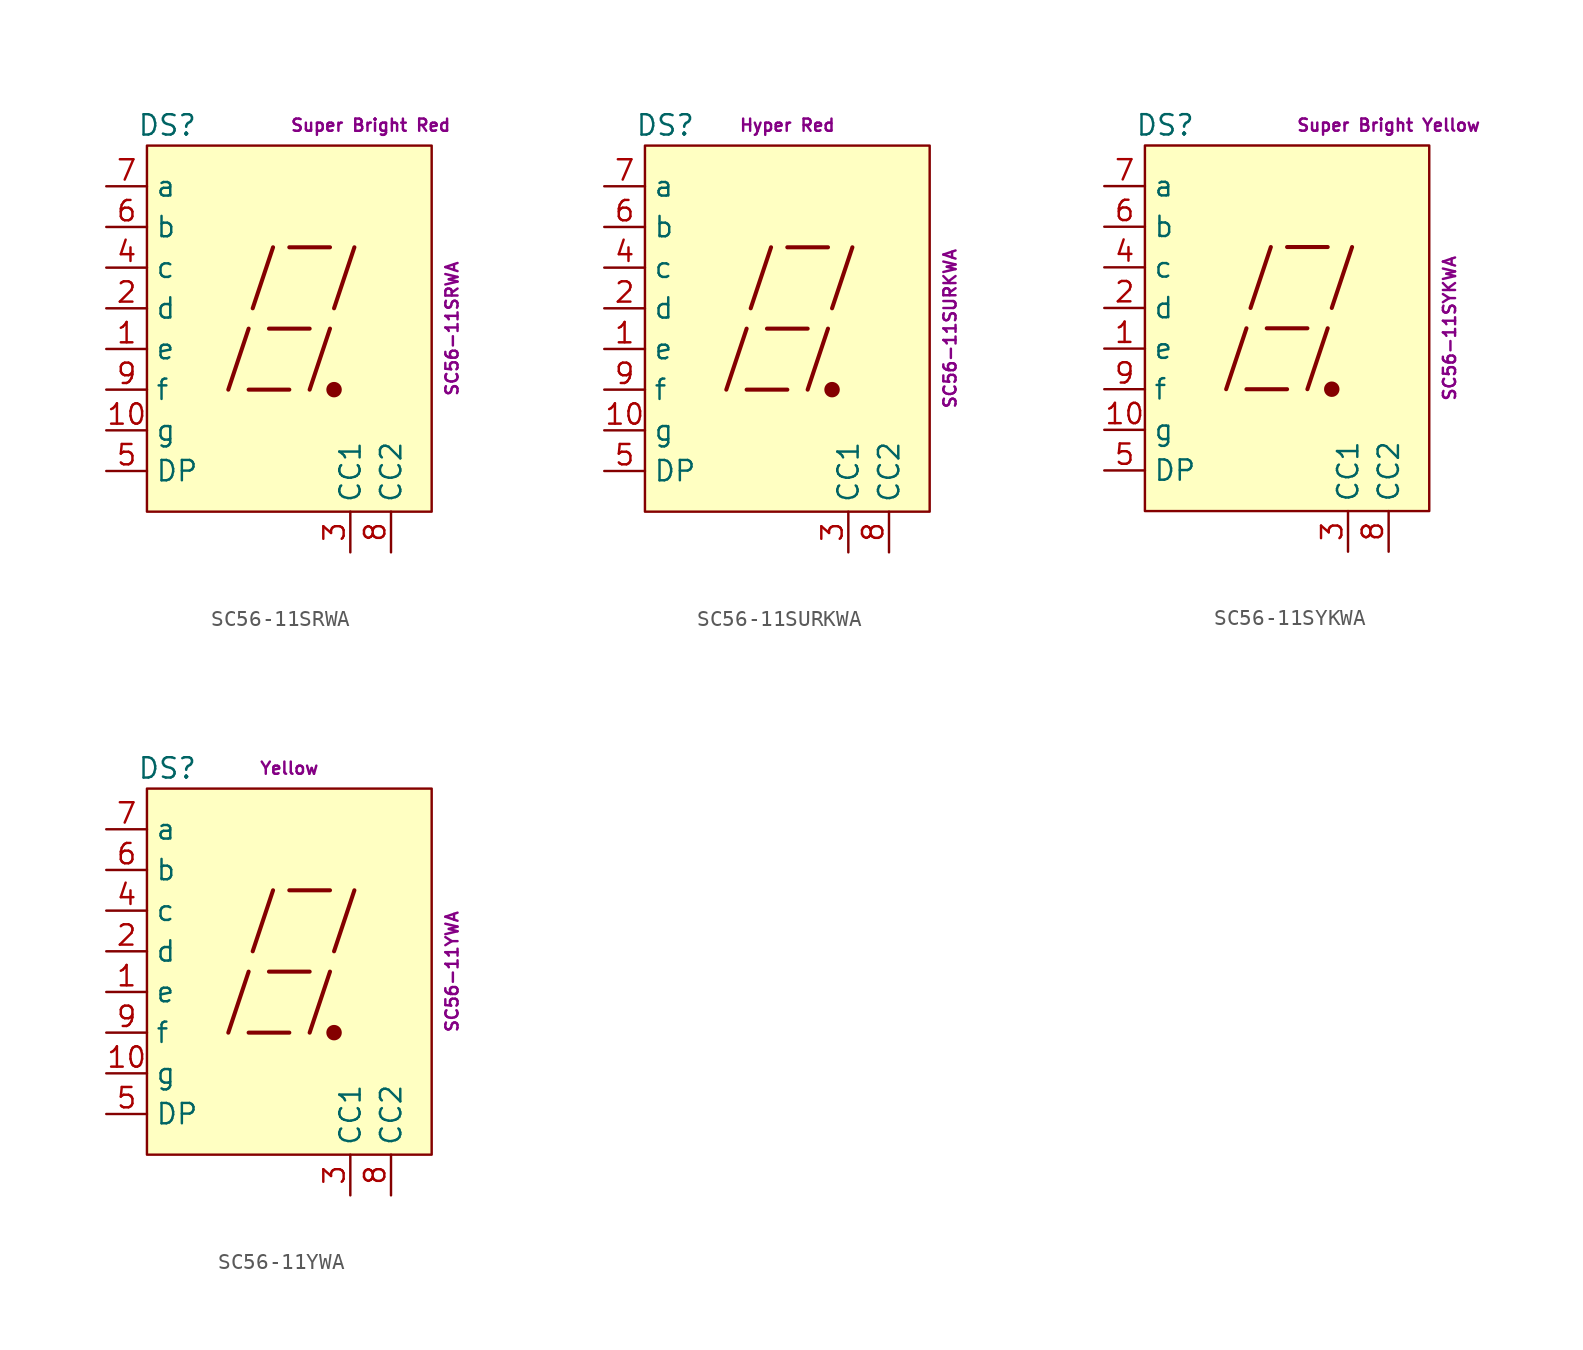
<source format=kicad_sym>
(kicad_symbol_lib
  (version 20211014)
  (generator kicad_symbol_editor)
  (symbol "SC56-11SRWA"
    (property "Reference" "DS"
      (at -7.62 12.7 0)
      (effects (font (size 1.27 1.27))))
    (property "Color" "Super Bright Red"
      (at 5.08 12.7 0)
      (effects (font (size 0.762 0.762))))
    (property "Name" "SC56-11SRWA"
      (at 10.16 0 90)
      (effects (font (size 0.762 0.762))))
    (symbol "SC56-11SRWA_0_0"
      (rectangle (start -8.89 11.43) (end 8.89 -11.43) (stroke (width 0) (type default) (color 0 0 0 0)) (fill (type background)))
      (polyline (pts (xy -3.81 -3.81) (xy -2.54 0)) (stroke (width 0.254) (type default) (color 0 0 0 0)) (fill (type none)))
      (polyline (pts (xy -2.54 -3.81) (xy 0 -3.81)) (stroke (width 0.254) (type default) (color 0 0 0 0)) (fill (type none)))
      (polyline (pts (xy -2.286 1.27) (xy -1.016 5.08)) (stroke (width 0.254) (type default) (color 0 0 0 0)) (fill (type none)))
      (polyline (pts (xy -1.27 0) (xy 1.27 0)) (stroke (width 0.254) (type default) (color 0 0 0 0)) (fill (type none)))
      (polyline (pts (xy 0 5.08) (xy 2.54 5.08)) (stroke (width 0.254) (type default) (color 0 0 0 0)) (fill (type none)))
      (polyline (pts (xy 1.27 -3.81) (xy 2.54 0)) (stroke (width 0.254) (type default) (color 0 0 0 0)) (fill (type none)))
      (polyline (pts (xy 2.794 1.27) (xy 4.064 5.08)) (stroke (width 0.254) (type default) (color 0 0 0 0)) (fill (type none))))
    (symbol "SC56-11SRWA_0_1"
      (circle (center 2.794 -3.81) (radius 0.356) (stroke (width 0.254) (type default) (color 0 0 0 0)) (fill (type outline))))
    (symbol "SC56-11SRWA_1_1"
      (pin passive line (at -11.43 -1.27 0) (length 2.54) (name "e" (effects (font (size 1.27 1.27)))) (number "1" (effects (font (size 1.27 1.27)))))
      (pin passive line (at -11.43 -6.35 0) (length 2.54) (name "g" (effects (font (size 1.27 1.27)))) (number "10" (effects (font (size 1.27 1.27)))))
      (pin passive line (at -11.43 1.27 0) (length 2.54) (name "d" (effects (font (size 1.27 1.27)))) (number "2" (effects (font (size 1.27 1.27)))))
      (pin passive line (at 3.81 -13.97 90) (length 2.54) (name "CC1" (effects (font (size 1.27 1.27)))) (number "3" (effects (font (size 1.27 1.27)))))
      (pin passive line (at -11.43 3.81 0) (length 2.54) (name "c" (effects (font (size 1.27 1.27)))) (number "4" (effects (font (size 1.27 1.27)))))
      (pin passive line (at -11.43 -8.89 0) (length 2.54) (name "DP" (effects (font (size 1.27 1.27)))) (number "5" (effects (font (size 1.27 1.27)))))
      (pin passive line (at -11.43 6.35 0) (length 2.54) (name "b" (effects (font (size 1.27 1.27)))) (number "6" (effects (font (size 1.27 1.27)))))
      (pin passive line (at -11.43 8.89 0) (length 2.54) (name "a" (effects (font (size 1.27 1.27)))) (number "7" (effects (font (size 1.27 1.27)))))
      (pin passive line (at 6.35 -13.97 90) (length 2.54) (name "CC2" (effects (font (size 1.27 1.27)))) (number "8" (effects (font (size 1.27 1.27)))))
      (pin passive line (at -11.43 -3.81 0) (length 2.54) (name "f" (effects (font (size 1.27 1.27)))) (number "9" (effects (font (size 1.27 1.27)))))))
  (symbol "SC56-11SURKWA"
    (property "Reference" "DS"
      (at -7.62 12.7 0)
      (effects (font (size 1.27 1.27))))
    (property "Color" "Hyper Red"
      (at 0 12.7 0)
      (effects (font (size 0.762 0.762))))
    (property "Name" "SC56-11SURKWA"
      (at 10.16 0 90)
      (effects (font (size 0.762 0.762))))
    (symbol "SC56-11SURKWA_0_0"
      (rectangle (start -8.89 11.43) (end 8.89 -11.43) (stroke (width 0) (type default) (color 0 0 0 0)) (fill (type background)))
      (polyline (pts (xy -3.81 -3.81) (xy -2.54 0)) (stroke (width 0.254) (type default) (color 0 0 0 0)) (fill (type none)))
      (polyline (pts (xy -2.54 -3.81) (xy 0 -3.81)) (stroke (width 0.254) (type default) (color 0 0 0 0)) (fill (type none)))
      (polyline (pts (xy -2.286 1.27) (xy -1.016 5.08)) (stroke (width 0.254) (type default) (color 0 0 0 0)) (fill (type none)))
      (polyline (pts (xy -1.27 0) (xy 1.27 0)) (stroke (width 0.254) (type default) (color 0 0 0 0)) (fill (type none)))
      (polyline (pts (xy 0 5.08) (xy 2.54 5.08)) (stroke (width 0.254) (type default) (color 0 0 0 0)) (fill (type none)))
      (polyline (pts (xy 1.27 -3.81) (xy 2.54 0)) (stroke (width 0.254) (type default) (color 0 0 0 0)) (fill (type none)))
      (polyline (pts (xy 2.794 1.27) (xy 4.064 5.08)) (stroke (width 0.254) (type default) (color 0 0 0 0)) (fill (type none))))
    (symbol "SC56-11SURKWA_0_1"
      (circle (center 2.794 -3.81) (radius 0.356) (stroke (width 0.254) (type default) (color 0 0 0 0)) (fill (type outline))))
    (symbol "SC56-11SURKWA_1_1"
      (pin passive line (at -11.43 -1.27 0) (length 2.54) (name "e" (effects (font (size 1.27 1.27)))) (number "1" (effects (font (size 1.27 1.27)))))
      (pin passive line (at -11.43 -6.35 0) (length 2.54) (name "g" (effects (font (size 1.27 1.27)))) (number "10" (effects (font (size 1.27 1.27)))))
      (pin passive line (at -11.43 1.27 0) (length 2.54) (name "d" (effects (font (size 1.27 1.27)))) (number "2" (effects (font (size 1.27 1.27)))))
      (pin passive line (at 3.81 -13.97 90) (length 2.54) (name "CC1" (effects (font (size 1.27 1.27)))) (number "3" (effects (font (size 1.27 1.27)))))
      (pin passive line (at -11.43 3.81 0) (length 2.54) (name "c" (effects (font (size 1.27 1.27)))) (number "4" (effects (font (size 1.27 1.27)))))
      (pin passive line (at -11.43 -8.89 0) (length 2.54) (name "DP" (effects (font (size 1.27 1.27)))) (number "5" (effects (font (size 1.27 1.27)))))
      (pin passive line (at -11.43 6.35 0) (length 2.54) (name "b" (effects (font (size 1.27 1.27)))) (number "6" (effects (font (size 1.27 1.27)))))
      (pin passive line (at -11.43 8.89 0) (length 2.54) (name "a" (effects (font (size 1.27 1.27)))) (number "7" (effects (font (size 1.27 1.27)))))
      (pin passive line (at 6.35 -13.97 90) (length 2.54) (name "CC2" (effects (font (size 1.27 1.27)))) (number "8" (effects (font (size 1.27 1.27)))))
      (pin passive line (at -11.43 -3.81 0) (length 2.54) (name "f" (effects (font (size 1.27 1.27)))) (number "9" (effects (font (size 1.27 1.27)))))))
  (symbol "SC56-11SYKWA"
    (property "Reference" "DS"
      (at -7.62 12.7 0)
      (effects (font (size 1.27 1.27))))
    (property "Color" "Super Bright Yellow"
      (at 6.35 12.7 0)
      (effects (font (size 0.762 0.762))))
    (property "Name" "SC56-11SYKWA"
      (at 10.16 0 90)
      (effects (font (size 0.762 0.762))))
    (symbol "SC56-11SYKWA_0_0"
      (rectangle (start -8.89 11.43) (end 8.89 -11.43) (stroke (width 0) (type default) (color 0 0 0 0)) (fill (type background)))
      (polyline (pts (xy -3.81 -3.81) (xy -2.54 0)) (stroke (width 0.254) (type default) (color 0 0 0 0)) (fill (type none)))
      (polyline (pts (xy -2.54 -3.81) (xy 0 -3.81)) (stroke (width 0.254) (type default) (color 0 0 0 0)) (fill (type none)))
      (polyline (pts (xy -2.286 1.27) (xy -1.016 5.08)) (stroke (width 0.254) (type default) (color 0 0 0 0)) (fill (type none)))
      (polyline (pts (xy -1.27 0) (xy 1.27 0)) (stroke (width 0.254) (type default) (color 0 0 0 0)) (fill (type none)))
      (polyline (pts (xy 0 5.08) (xy 2.54 5.08)) (stroke (width 0.254) (type default) (color 0 0 0 0)) (fill (type none)))
      (polyline (pts (xy 1.27 -3.81) (xy 2.54 0)) (stroke (width 0.254) (type default) (color 0 0 0 0)) (fill (type none)))
      (polyline (pts (xy 2.794 1.27) (xy 4.064 5.08)) (stroke (width 0.254) (type default) (color 0 0 0 0)) (fill (type none))))
    (symbol "SC56-11SYKWA_0_1"
      (circle (center 2.794 -3.81) (radius 0.356) (stroke (width 0.254) (type default) (color 0 0 0 0)) (fill (type outline))))
    (symbol "SC56-11SYKWA_1_1"
      (pin passive line (at -11.43 -1.27 0) (length 2.54) (name "e" (effects (font (size 1.27 1.27)))) (number "1" (effects (font (size 1.27 1.27)))))
      (pin passive line (at -11.43 -6.35 0) (length 2.54) (name "g" (effects (font (size 1.27 1.27)))) (number "10" (effects (font (size 1.27 1.27)))))
      (pin passive line (at -11.43 1.27 0) (length 2.54) (name "d" (effects (font (size 1.27 1.27)))) (number "2" (effects (font (size 1.27 1.27)))))
      (pin passive line (at 3.81 -13.97 90) (length 2.54) (name "CC1" (effects (font (size 1.27 1.27)))) (number "3" (effects (font (size 1.27 1.27)))))
      (pin passive line (at -11.43 3.81 0) (length 2.54) (name "c" (effects (font (size 1.27 1.27)))) (number "4" (effects (font (size 1.27 1.27)))))
      (pin passive line (at -11.43 -8.89 0) (length 2.54) (name "DP" (effects (font (size 1.27 1.27)))) (number "5" (effects (font (size 1.27 1.27)))))
      (pin passive line (at -11.43 6.35 0) (length 2.54) (name "b" (effects (font (size 1.27 1.27)))) (number "6" (effects (font (size 1.27 1.27)))))
      (pin passive line (at -11.43 8.89 0) (length 2.54) (name "a" (effects (font (size 1.27 1.27)))) (number "7" (effects (font (size 1.27 1.27)))))
      (pin passive line (at 6.35 -13.97 90) (length 2.54) (name "CC2" (effects (font (size 1.27 1.27)))) (number "8" (effects (font (size 1.27 1.27)))))
      (pin passive line (at -11.43 -3.81 0) (length 2.54) (name "f" (effects (font (size 1.27 1.27)))) (number "9" (effects (font (size 1.27 1.27)))))))
  (symbol "SC56-11YWA"
    (property "Reference" "DS"
      (at -7.62 12.7 0)
      (effects (font (size 1.27 1.27))))
    (property "Color" "Yellow"
      (at 0 12.7 0)
      (effects (font (size 0.762 0.762))))
    (property "Name" "SC56-11YWA"
      (at 10.16 0 90)
      (effects (font (size 0.762 0.762))))
    (symbol "SC56-11YWA_0_0"
      (rectangle (start -8.89 11.43) (end 8.89 -11.43) (stroke (width 0) (type default) (color 0 0 0 0)) (fill (type background)))
      (polyline (pts (xy -3.81 -3.81) (xy -2.54 0)) (stroke (width 0.254) (type default) (color 0 0 0 0)) (fill (type none)))
      (polyline (pts (xy -2.54 -3.81) (xy 0 -3.81)) (stroke (width 0.254) (type default) (color 0 0 0 0)) (fill (type none)))
      (polyline (pts (xy -2.286 1.27) (xy -1.016 5.08)) (stroke (width 0.254) (type default) (color 0 0 0 0)) (fill (type none)))
      (polyline (pts (xy -1.27 0) (xy 1.27 0)) (stroke (width 0.254) (type default) (color 0 0 0 0)) (fill (type none)))
      (polyline (pts (xy 0 5.08) (xy 2.54 5.08)) (stroke (width 0.254) (type default) (color 0 0 0 0)) (fill (type none)))
      (polyline (pts (xy 1.27 -3.81) (xy 2.54 0)) (stroke (width 0.254) (type default) (color 0 0 0 0)) (fill (type none)))
      (polyline (pts (xy 2.794 1.27) (xy 4.064 5.08)) (stroke (width 0.254) (type default) (color 0 0 0 0)) (fill (type none))))
    (symbol "SC56-11YWA_0_1"
      (circle (center 2.794 -3.81) (radius 0.356) (stroke (width 0.254) (type default) (color 0 0 0 0)) (fill (type outline))))
    (symbol "SC56-11YWA_1_1"
      (pin passive line (at -11.43 -1.27 0) (length 2.54) (name "e" (effects (font (size 1.27 1.27)))) (number "1" (effects (font (size 1.27 1.27)))))
      (pin passive line (at -11.43 -6.35 0) (length 2.54) (name "g" (effects (font (size 1.27 1.27)))) (number "10" (effects (font (size 1.27 1.27)))))
      (pin passive line (at -11.43 1.27 0) (length 2.54) (name "d" (effects (font (size 1.27 1.27)))) (number "2" (effects (font (size 1.27 1.27)))))
      (pin passive line (at 3.81 -13.97 90) (length 2.54) (name "CC1" (effects (font (size 1.27 1.27)))) (number "3" (effects (font (size 1.27 1.27)))))
      (pin passive line (at -11.43 3.81 0) (length 2.54) (name "c" (effects (font (size 1.27 1.27)))) (number "4" (effects (font (size 1.27 1.27)))))
      (pin passive line (at -11.43 -8.89 0) (length 2.54) (name "DP" (effects (font (size 1.27 1.27)))) (number "5" (effects (font (size 1.27 1.27)))))
      (pin passive line (at -11.43 6.35 0) (length 2.54) (name "b" (effects (font (size 1.27 1.27)))) (number "6" (effects (font (size 1.27 1.27)))))
      (pin passive line (at -11.43 8.89 0) (length 2.54) (name "a" (effects (font (size 1.27 1.27)))) (number "7" (effects (font (size 1.27 1.27)))))
      (pin passive line (at 6.35 -13.97 90) (length 2.54) (name "CC2" (effects (font (size 1.27 1.27)))) (number "8" (effects (font (size 1.27 1.27)))))
      (pin passive line (at -11.43 -3.81 0) (length 2.54) (name "f" (effects (font (size 1.27 1.27)))) (number "9" (effects (font (size 1.27 1.27))))))))
</source>
